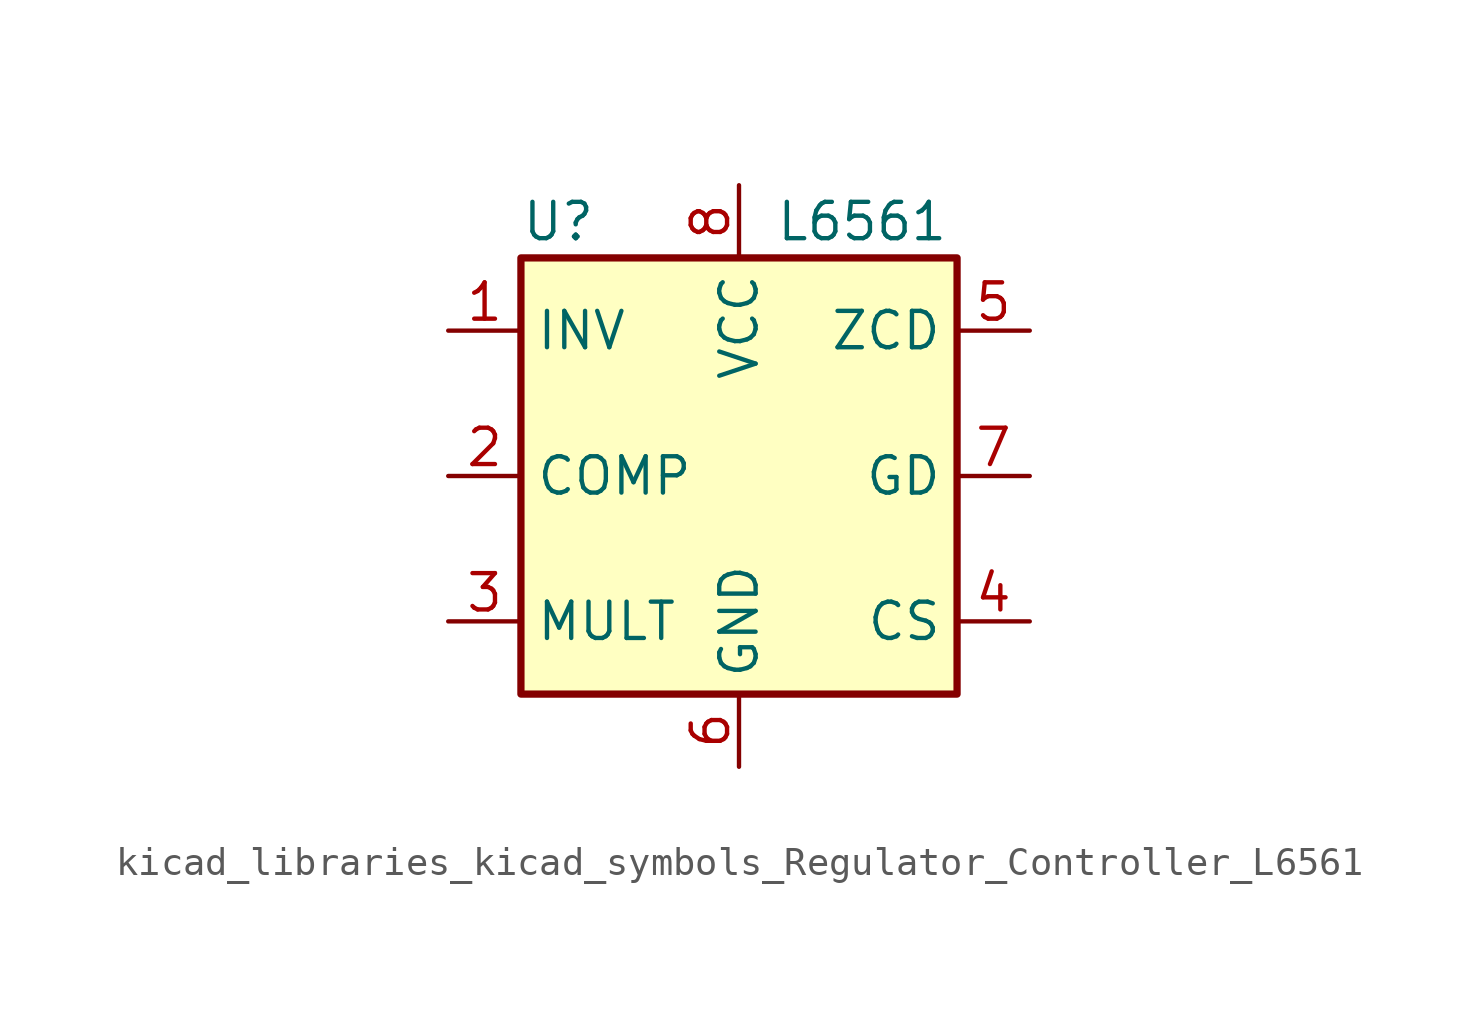
<source format=kicad_sym>
(kicad_symbol_lib
  (version 20220914)
  (generator kicad_symbol_editor)
  (symbol "kicad_libraries_kicad_symbols_Regulator_Controller_L6561"
    (property "Reference" "U"
      (at -7.62 8.89 0)
      (effects (font (size 1.27 1.27)) (justify left)))
    (property "Value" "L6561"
      (at 1.27 8.89 0)
      (effects (font (size 1.27 1.27)) (justify left)))
    (symbol "kicad_libraries_kicad_symbols_Regulator_Controller_L6561_0_0"
      (rectangle (start -7.62 7.62) (end 7.62 -7.62) (stroke (width 0.254) (type default)) (fill (type background))))
    (symbol "kicad_libraries_kicad_symbols_Regulator_Controller_L6561_1_1"
      (pin input line (at -10.16 5.08 0) (length 2.54) (name "INV" (effects (font (size 1.27 1.27)))) (number "1" (effects (font (size 1.27 1.27)))))
      (pin output line (at -10.16 0 0) (length 2.54) (name "COMP" (effects (font (size 1.27 1.27)))) (number "2" (effects (font (size 1.27 1.27)))))
      (pin input line (at -10.16 -5.08 0) (length 2.54) (name "MULT" (effects (font (size 1.27 1.27)))) (number "3" (effects (font (size 1.27 1.27)))))
      (pin input line (at 10.16 -5.08 180) (length 2.54) (name "CS" (effects (font (size 1.27 1.27)))) (number "4" (effects (font (size 1.27 1.27)))))
      (pin input line (at 10.16 5.08 180) (length 2.54) (name "ZCD" (effects (font (size 1.27 1.27)))) (number "5" (effects (font (size 1.27 1.27)))))
      (pin power_in line (at 0 -10.16 90) (length 2.54) (name "GND" (effects (font (size 1.27 1.27)))) (number "6" (effects (font (size 1.27 1.27)))))
      (pin output line (at 10.16 0 180) (length 2.54) (name "GD" (effects (font (size 1.27 1.27)))) (number "7" (effects (font (size 1.27 1.27)))))
      (pin power_in line (at 0 10.16 270) (length 2.54) (name "VCC" (effects (font (size 1.27 1.27)))) (number "8" (effects (font (size 1.27 1.27))))))))
</source>
